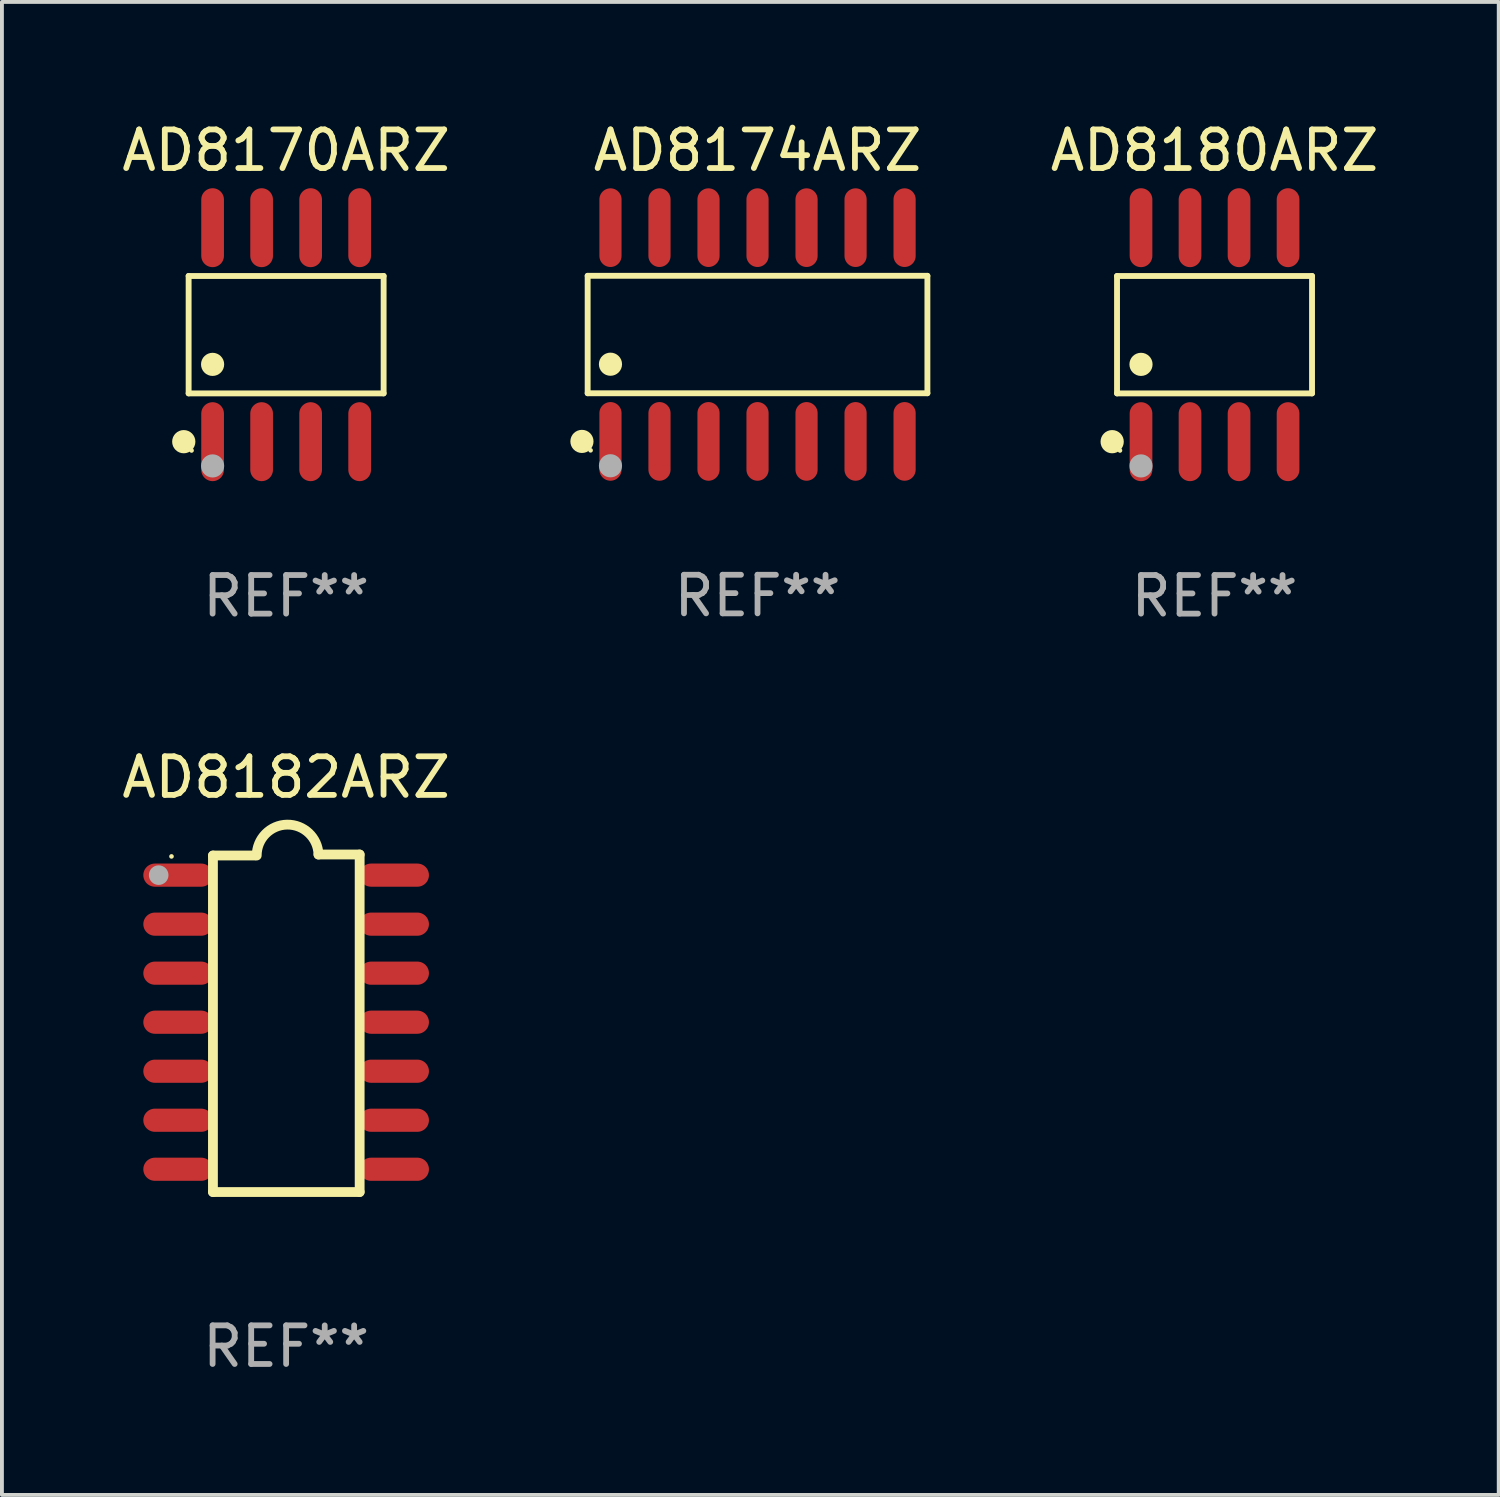
<source format=kicad_pcb>
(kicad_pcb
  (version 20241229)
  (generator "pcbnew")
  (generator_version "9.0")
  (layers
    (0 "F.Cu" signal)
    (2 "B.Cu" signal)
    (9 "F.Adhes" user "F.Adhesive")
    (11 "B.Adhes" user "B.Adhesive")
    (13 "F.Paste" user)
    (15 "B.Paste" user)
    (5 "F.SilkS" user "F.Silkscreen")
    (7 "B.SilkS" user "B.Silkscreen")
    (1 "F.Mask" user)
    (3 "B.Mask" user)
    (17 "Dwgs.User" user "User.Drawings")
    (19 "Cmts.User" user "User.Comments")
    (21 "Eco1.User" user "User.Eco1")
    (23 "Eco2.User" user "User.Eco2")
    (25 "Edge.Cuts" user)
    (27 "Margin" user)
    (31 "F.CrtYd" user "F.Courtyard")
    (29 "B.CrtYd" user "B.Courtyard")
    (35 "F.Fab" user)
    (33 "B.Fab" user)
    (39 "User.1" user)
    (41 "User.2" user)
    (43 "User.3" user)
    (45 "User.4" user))
  (footprint "AD8174ARZ"
    (layer "F.Cu")
    (at 16.576 5.617)
    (property "Reference" "AD8174ARZ" (at 0 -4.769 0) (layer "F.SilkS") (effects (font (size 1 1) (thickness 0.15))))
    (attr through_hole)
    (fp_line (start -4.401 -1.521) (end 4.401 -1.521) (stroke (width 0.152) (type solid)) (layer "F.SilkS"))
    (fp_line (start -4.401 1.521) (end -4.401 -1.521) (stroke (width 0.152) (type solid)) (layer "F.SilkS"))
    (fp_line (start 4.401 -1.521) (end 4.401 1.521) (stroke (width 0.152) (type solid)) (layer "F.SilkS"))
    (fp_line (start 4.401 1.521) (end -4.401 1.521) (stroke (width 0.152) (type solid)) (layer "F.SilkS"))
    (fp_circle (center -4.549 2.769) (end -4.399 2.769) (stroke (width 0.3) (type solid)) (fill no) (layer "F.SilkS"))
    (fp_circle (center -4.325 3) (end -4.295 3) (stroke (width 0.06) (type solid)) (fill no) (layer "F.SilkS"))
    (fp_circle (center -3.81 0.769) (end -3.66 0.769) (stroke (width 0.3) (type solid)) (fill no) (layer "F.SilkS"))
    (fp_circle (center -3.81 3.4) (end -3.66 3.4) (stroke (width 0.3) (type solid)) (fill no) (layer "F.Fab"))
    (fp_text user "REF**" (at 0 6.769 0) (layer "F.Fab") (effects (font (size 1 1) (thickness 0.15))))
    (pad "1" smd oval (at -3.81 2.769) (size 0.574 2.038) (layers "F.Cu" "F.Mask" "F.Paste"))
    (pad "2" smd oval (at -2.54 2.769) (size 0.574 2.038) (layers "F.Cu" "F.Mask" "F.Paste"))
    (pad "3" smd oval (at -1.27 2.769) (size 0.574 2.038) (layers "F.Cu" "F.Mask" "F.Paste"))
    (pad "4" smd oval (at 0 2.769) (size 0.574 2.038) (layers "F.Cu" "F.Mask" "F.Paste"))
    (pad "5" smd oval (at 1.27 2.769) (size 0.574 2.038) (layers "F.Cu" "F.Mask" "F.Paste"))
    (pad "6" smd oval (at 2.54 2.769) (size 0.574 2.038) (layers "F.Cu" "F.Mask" "F.Paste"))
    (pad "7" smd oval (at 3.81 2.769) (size 0.574 2.038) (layers "F.Cu" "F.Mask" "F.Paste"))
    (pad "8" smd oval (at 3.81 -2.769) (size 0.574 2.038) (layers "F.Cu" "F.Mask" "F.Paste"))
    (pad "9" smd oval (at 2.54 -2.769) (size 0.574 2.038) (layers "F.Cu" "F.Mask" "F.Paste"))
    (pad "10" smd oval (at 1.27 -2.769) (size 0.574 2.038) (layers "F.Cu" "F.Mask" "F.Paste"))
    (pad "11" smd oval (at 0 -2.769) (size 0.574 2.038) (layers "F.Cu" "F.Mask" "F.Paste"))
    (pad "12" smd oval (at -1.27 -2.769) (size 0.574 2.038) (layers "F.Cu" "F.Mask" "F.Paste"))
    (pad "13" smd oval (at -2.54 -2.769) (size 0.574 2.038) (layers "F.Cu" "F.Mask" "F.Paste"))
    (pad "14" smd oval (at -3.81 -2.769) (size 0.574 2.038) (layers "F.Cu" "F.Mask" "F.Paste")))
  (footprint "AD8180ARZ"
    (layer "F.Cu")
    (at 28.416 5.621)
    (property "Reference" "AD8180ARZ" (at 0 -4.772 0) (layer "F.SilkS") (effects (font (size 1 1) (thickness 0.15))))
    (attr through_hole)
    (fp_line (start -2.526 -1.521) (end 2.526 -1.521) (stroke (width 0.152) (type solid)) (layer "F.SilkS"))
    (fp_line (start -2.526 1.521) (end -2.526 -1.521) (stroke (width 0.152) (type solid)) (layer "F.SilkS"))
    (fp_line (start 2.526 -1.521) (end 2.526 1.521) (stroke (width 0.152) (type solid)) (layer "F.SilkS"))
    (fp_line (start 2.526 1.521) (end -2.526 1.521) (stroke (width 0.152) (type solid)) (layer "F.SilkS"))
    (fp_circle (center -2.652 2.772) (end -2.501 2.772) (stroke (width 0.3) (type solid)) (fill no) (layer "F.SilkS"))
    (fp_circle (center -2.45 3) (end -2.42 3) (stroke (width 0.06) (type solid)) (fill no) (layer "F.SilkS"))
    (fp_circle (center -1.905 0.769) (end -1.755 0.769) (stroke (width 0.3) (type solid)) (fill no) (layer "F.SilkS"))
    (fp_circle (center -1.905 3.4) (end -1.755 3.4) (stroke (width 0.3) (type solid)) (fill no) (layer "F.Fab"))
    (fp_text user "REF**" (at 0 6.772 0) (layer "F.Fab") (effects (font (size 1 1) (thickness 0.15))))
    (pad "1" smd oval (at -1.905 2.772) (size 0.588 2.045) (layers "F.Cu" "F.Mask" "F.Paste"))
    (pad "2" smd oval (at -0.635 2.772) (size 0.588 2.045) (layers "F.Cu" "F.Mask" "F.Paste"))
    (pad "3" smd oval (at 0.635 2.772) (size 0.588 2.045) (layers "F.Cu" "F.Mask" "F.Paste"))
    (pad "4" smd oval (at 1.905 2.772) (size 0.588 2.045) (layers "F.Cu" "F.Mask" "F.Paste"))
    (pad "5" smd oval (at 1.905 -2.772) (size 0.588 2.045) (layers "F.Cu" "F.Mask" "F.Paste"))
    (pad "6" smd oval (at 0.635 -2.772) (size 0.588 2.045) (layers "F.Cu" "F.Mask" "F.Paste"))
    (pad "7" smd oval (at -0.635 -2.772) (size 0.588 2.045) (layers "F.Cu" "F.Mask" "F.Paste"))
    (pad "8" smd oval (at -1.905 -2.772) (size 0.588 2.045) (layers "F.Cu" "F.Mask" "F.Paste")))
  (footprint "AD8170ARZ"
    (layer "F.Cu")
    (at 4.363 5.621)
    (property "Reference" "AD8170ARZ" (at 0 -4.772 0) (layer "F.SilkS") (effects (font (size 1 1) (thickness 0.15))))
    (attr through_hole)
    (fp_line (start -2.526 -1.521) (end 2.526 -1.521) (stroke (width 0.152) (type solid)) (layer "F.SilkS"))
    (fp_line (start -2.526 1.521) (end -2.526 -1.521) (stroke (width 0.152) (type solid)) (layer "F.SilkS"))
    (fp_line (start 2.526 -1.521) (end 2.526 1.521) (stroke (width 0.152) (type solid)) (layer "F.SilkS"))
    (fp_line (start 2.526 1.521) (end -2.526 1.521) (stroke (width 0.152) (type solid)) (layer "F.SilkS"))
    (fp_circle (center -2.652 2.772) (end -2.501 2.772) (stroke (width 0.3) (type solid)) (fill no) (layer "F.SilkS"))
    (fp_circle (center -2.45 3) (end -2.42 3) (stroke (width 0.06) (type solid)) (fill no) (layer "F.SilkS"))
    (fp_circle (center -1.905 0.769) (end -1.755 0.769) (stroke (width 0.3) (type solid)) (fill no) (layer "F.SilkS"))
    (fp_circle (center -1.905 3.4) (end -1.755 3.4) (stroke (width 0.3) (type solid)) (fill no) (layer "F.Fab"))
    (fp_text user "REF**" (at 0 6.772 0) (layer "F.Fab") (effects (font (size 1 1) (thickness 0.15))))
    (pad "1" smd oval (at -1.905 2.772) (size 0.588 2.045) (layers "F.Cu" "F.Mask" "F.Paste"))
    (pad "2" smd oval (at -0.635 2.772) (size 0.588 2.045) (layers "F.Cu" "F.Mask" "F.Paste"))
    (pad "3" smd oval (at 0.635 2.772) (size 0.588 2.045) (layers "F.Cu" "F.Mask" "F.Paste"))
    (pad "4" smd oval (at 1.905 2.772) (size 0.588 2.045) (layers "F.Cu" "F.Mask" "F.Paste"))
    (pad "5" smd oval (at 1.905 -2.772) (size 0.588 2.045) (layers "F.Cu" "F.Mask" "F.Paste"))
    (pad "6" smd oval (at 0.635 -2.772) (size 0.588 2.045) (layers "F.Cu" "F.Mask" "F.Paste"))
    (pad "7" smd oval (at -0.635 -2.772) (size 0.588 2.045) (layers "F.Cu" "F.Mask" "F.Paste"))
    (pad "8" smd oval (at -1.905 -2.772) (size 0.588 2.045) (layers "F.Cu" "F.Mask" "F.Paste")))
  (footprint "AD8182ARZ"
    (layer "F.Cu")
    (at 4.363 23.461)
    (property "Reference" "AD8182ARZ" (at 0 -6.372 0) (layer "F.SilkS") (effects (font (size 1 1) (thickness 0.15))))
    (attr through_hole)
    (fp_line (start -1.896 -4.346) (end -0.813 -4.346) (stroke (width 0.254) (type solid)) (layer "F.SilkS"))
    (fp_line (start -1.896 4.372) (end -1.896 -4.346) (stroke (width 0.254) (type solid)) (layer "F.SilkS"))
    (fp_line (start 0.838 -4.372) (end 1.905 -4.372) (stroke (width 0.254) (type solid)) (layer "F.SilkS"))
    (fp_line (start 1.905 -4.372) (end 1.905 4.372) (stroke (width 0.254) (type solid)) (layer "F.SilkS"))
    (fp_line (start 1.905 4.372) (end -1.896 4.372) (stroke (width 0.254) (type solid)) (layer "F.SilkS"))
    (fp_arc (start -0.761799 -4.346291) (mid 0.025807 -5.146222) (end 0.838405 -4.371692) (stroke (width 0.254001) (type solid)) (layer "F.SilkS"))
    (fp_circle (center -2.97 -4.323) (end -2.94 -4.323) (stroke (width 0.06) (type solid)) (fill no) (layer "F.SilkS"))
    (fp_circle (center -3.302 -3.838) (end -3.175 -3.838) (stroke (width 0.254) (type solid)) (fill no) (layer "F.Fab"))
    (fp_text user "REF**" (at 0 8.372 0) (layer "F.Fab") (effects (font (size 1 1) (thickness 0.15))))
    (pad "1" smd oval (at -2.8 -3.838) (size 1.8 0.6) (layers "F.Cu" "F.Mask" "F.Paste"))
    (pad "2" smd oval (at -2.8 -2.568) (size 1.8 0.6) (layers "F.Cu" "F.Mask" "F.Paste"))
    (pad "3" smd oval (at -2.8 -1.298) (size 1.8 0.6) (layers "F.Cu" "F.Mask" "F.Paste"))
    (pad "4" smd oval (at -2.8 -0.028) (size 1.8 0.6) (layers "F.Cu" "F.Mask" "F.Paste"))
    (pad "5" smd oval (at -2.8 1.242) (size 1.8 0.6) (layers "F.Cu" "F.Mask" "F.Paste"))
    (pad "6" smd oval (at -2.8 2.512) (size 1.8 0.6) (layers "F.Cu" "F.Mask" "F.Paste"))
    (pad "7" smd oval (at -2.8 3.782) (size 1.8 0.6) (layers "F.Cu" "F.Mask" "F.Paste"))
    (pad "8" smd oval (at 2.8 3.782) (size 1.8 0.6) (layers "F.Cu" "F.Mask" "F.Paste"))
    (pad "9" smd oval (at 2.8 2.512) (size 1.8 0.6) (layers "F.Cu" "F.Mask" "F.Paste"))
    (pad "10" smd oval (at 2.8 1.242) (size 1.8 0.6) (layers "F.Cu" "F.Mask" "F.Paste"))
    (pad "11" smd oval (at 2.8 -0.028) (size 1.8 0.6) (layers "F.Cu" "F.Mask" "F.Paste"))
    (pad "12" smd oval (at 2.8 -1.298) (size 1.8 0.6) (layers "F.Cu" "F.Mask" "F.Paste"))
    (pad "13" smd oval (at 2.8 -2.568) (size 1.8 0.6) (layers "F.Cu" "F.Mask" "F.Paste"))
    (pad "14" smd oval (at 2.8 -3.838) (size 1.8 0.6) (layers "F.Cu" "F.Mask" "F.Paste")))
  (gr_rect
    (start -3 -3)
    (end 35.779 35.681)
    (stroke (width 0.1) (type default))
    (fill no)
    (layer "Edge.Cuts")))
</source>
